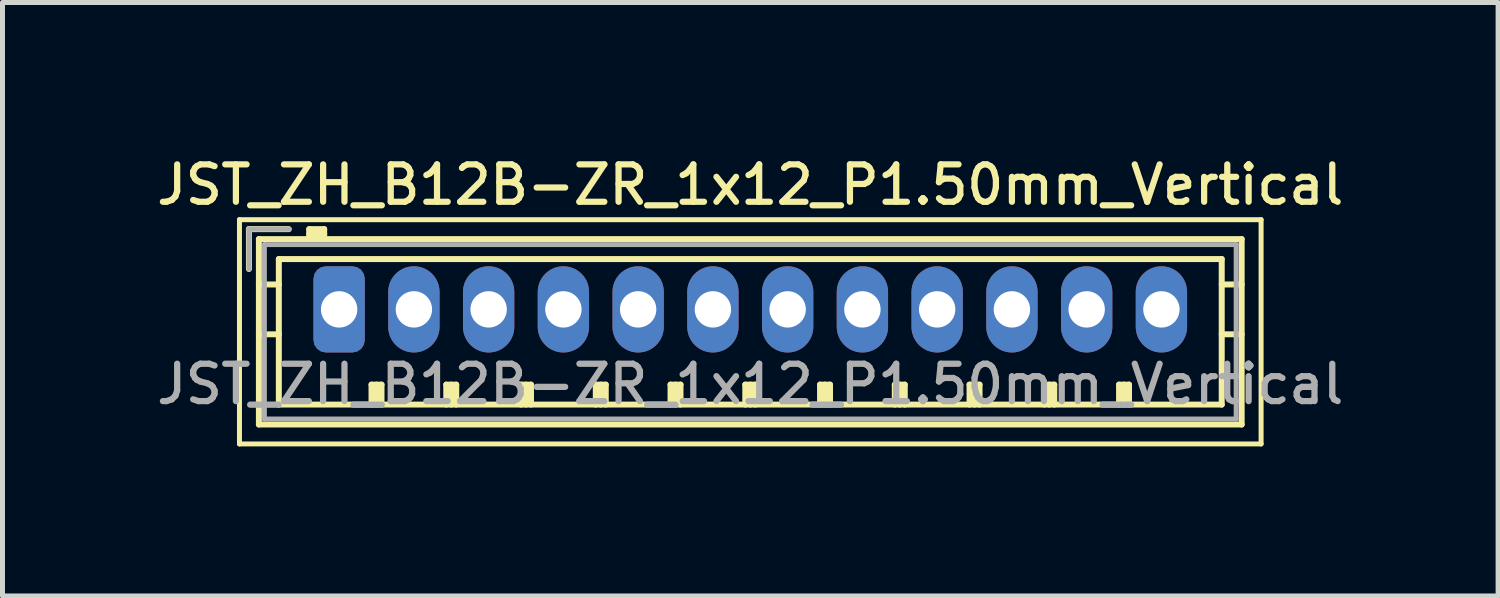
<source format=kicad_pcb>
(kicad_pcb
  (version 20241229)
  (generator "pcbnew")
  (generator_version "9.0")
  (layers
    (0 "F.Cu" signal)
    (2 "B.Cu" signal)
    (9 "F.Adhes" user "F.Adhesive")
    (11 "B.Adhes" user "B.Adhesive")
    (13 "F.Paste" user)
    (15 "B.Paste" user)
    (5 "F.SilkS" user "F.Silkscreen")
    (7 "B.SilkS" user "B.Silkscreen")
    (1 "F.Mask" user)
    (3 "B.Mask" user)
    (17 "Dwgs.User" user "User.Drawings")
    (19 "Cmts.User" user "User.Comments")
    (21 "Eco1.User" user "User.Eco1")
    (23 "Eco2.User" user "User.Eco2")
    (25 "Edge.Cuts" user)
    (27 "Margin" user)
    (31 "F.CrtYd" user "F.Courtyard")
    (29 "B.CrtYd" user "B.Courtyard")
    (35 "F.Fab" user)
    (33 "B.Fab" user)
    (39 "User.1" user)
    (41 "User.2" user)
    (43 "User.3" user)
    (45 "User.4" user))
  (footprint "JST_ZH_B12B-ZR_1x12_P1.50mm_Vertical"
    (layer "F.Cu")
    (at 3.755 3.158)
    (property "Reference" "JST_ZH_B12B-ZR_1x12_P1.50mm_Vertical" (at 8.25 -2.5 0) (layer "F.SilkS") (effects (font (size 0.75 0.75) (thickness 0.125))))
    (attr through_hole)
    (fp_line (start -2 -1.8) (end -2 2.7) (stroke (width 0.1) (type solid)) (layer "F.SilkS"))
    (fp_line (start -2 2.7) (end 18.5 2.7) (stroke (width 0.1) (type solid)) (layer "F.SilkS"))
    (fp_line (start -1.81 -1.61) (end -1.81 -0.81) (stroke (width 0.12) (type solid)) (layer "F.SilkS"))
    (fp_line (start -1.61 -1.41) (end -1.61 2.31) (stroke (width 0.12) (type solid)) (layer "F.SilkS"))
    (fp_line (start -1.61 -0.5) (end -1.21 -0.5) (stroke (width 0.12) (type solid)) (layer "F.SilkS"))
    (fp_line (start -1.61 0.5) (end -1.21 0.5) (stroke (width 0.12) (type solid)) (layer "F.SilkS"))
    (fp_line (start -1.61 2.31) (end 18.11 2.31) (stroke (width 0.12) (type solid)) (layer "F.SilkS"))
    (fp_line (start -1.21 -1.01) (end -1.21 1.91) (stroke (width 0.12) (type solid)) (layer "F.SilkS"))
    (fp_line (start -1.21 1.91) (end 17.71 1.91) (stroke (width 0.12) (type solid)) (layer "F.SilkS"))
    (fp_line (start -1.01 -1.61) (end -1.81 -1.61) (stroke (width 0.12) (type solid)) (layer "F.SilkS"))
    (fp_line (start -0.6 -1.61) (end -0.6 -1.41) (stroke (width 0.12) (type solid)) (layer "F.SilkS"))
    (fp_line (start -0.3 -1.61) (end -0.6 -1.61) (stroke (width 0.12) (type solid)) (layer "F.SilkS"))
    (fp_line (start -0.3 -1.51) (end -0.6 -1.51) (stroke (width 0.12) (type solid)) (layer "F.SilkS"))
    (fp_line (start -0.3 -1.41) (end -0.3 -1.61) (stroke (width 0.12) (type solid)) (layer "F.SilkS"))
    (fp_line (start 0.65 1.51) (end 0.85 1.51) (stroke (width 0.12) (type solid)) (layer "F.SilkS"))
    (fp_line (start 0.65 1.91) (end 0.65 1.51) (stroke (width 0.12) (type solid)) (layer "F.SilkS"))
    (fp_line (start 0.75 1.91) (end 0.75 1.51) (stroke (width 0.12) (type solid)) (layer "F.SilkS"))
    (fp_line (start 0.85 1.51) (end 0.85 1.91) (stroke (width 0.12) (type solid)) (layer "F.SilkS"))
    (fp_line (start 2.15 1.51) (end 2.35 1.51) (stroke (width 0.12) (type solid)) (layer "F.SilkS"))
    (fp_line (start 2.15 1.91) (end 2.15 1.51) (stroke (width 0.12) (type solid)) (layer "F.SilkS"))
    (fp_line (start 2.25 1.91) (end 2.25 1.51) (stroke (width 0.12) (type solid)) (layer "F.SilkS"))
    (fp_line (start 2.35 1.51) (end 2.35 1.91) (stroke (width 0.12) (type solid)) (layer "F.SilkS"))
    (fp_line (start 3.65 1.51) (end 3.85 1.51) (stroke (width 0.12) (type solid)) (layer "F.SilkS"))
    (fp_line (start 3.65 1.91) (end 3.65 1.51) (stroke (width 0.12) (type solid)) (layer "F.SilkS"))
    (fp_line (start 3.75 1.91) (end 3.75 1.51) (stroke (width 0.12) (type solid)) (layer "F.SilkS"))
    (fp_line (start 3.85 1.51) (end 3.85 1.91) (stroke (width 0.12) (type solid)) (layer "F.SilkS"))
    (fp_line (start 5.15 1.51) (end 5.35 1.51) (stroke (width 0.12) (type solid)) (layer "F.SilkS"))
    (fp_line (start 5.15 1.91) (end 5.15 1.51) (stroke (width 0.12) (type solid)) (layer "F.SilkS"))
    (fp_line (start 5.25 1.91) (end 5.25 1.51) (stroke (width 0.12) (type solid)) (layer "F.SilkS"))
    (fp_line (start 5.35 1.51) (end 5.35 1.91) (stroke (width 0.12) (type solid)) (layer "F.SilkS"))
    (fp_line (start 6.65 1.51) (end 6.85 1.51) (stroke (width 0.12) (type solid)) (layer "F.SilkS"))
    (fp_line (start 6.65 1.91) (end 6.65 1.51) (stroke (width 0.12) (type solid)) (layer "F.SilkS"))
    (fp_line (start 6.75 1.91) (end 6.75 1.51) (stroke (width 0.12) (type solid)) (layer "F.SilkS"))
    (fp_line (start 6.85 1.51) (end 6.85 1.91) (stroke (width 0.12) (type solid)) (layer "F.SilkS"))
    (fp_line (start 8.15 1.51) (end 8.35 1.51) (stroke (width 0.12) (type solid)) (layer "F.SilkS"))
    (fp_line (start 8.15 1.91) (end 8.15 1.51) (stroke (width 0.12) (type solid)) (layer "F.SilkS"))
    (fp_line (start 8.25 1.91) (end 8.25 1.51) (stroke (width 0.12) (type solid)) (layer "F.SilkS"))
    (fp_line (start 8.35 1.51) (end 8.35 1.91) (stroke (width 0.12) (type solid)) (layer "F.SilkS"))
    (fp_line (start 9.65 1.51) (end 9.85 1.51) (stroke (width 0.12) (type solid)) (layer "F.SilkS"))
    (fp_line (start 9.65 1.91) (end 9.65 1.51) (stroke (width 0.12) (type solid)) (layer "F.SilkS"))
    (fp_line (start 9.75 1.91) (end 9.75 1.51) (stroke (width 0.12) (type solid)) (layer "F.SilkS"))
    (fp_line (start 9.85 1.51) (end 9.85 1.91) (stroke (width 0.12) (type solid)) (layer "F.SilkS"))
    (fp_line (start 11.15 1.51) (end 11.35 1.51) (stroke (width 0.12) (type solid)) (layer "F.SilkS"))
    (fp_line (start 11.15 1.91) (end 11.15 1.51) (stroke (width 0.12) (type solid)) (layer "F.SilkS"))
    (fp_line (start 11.25 1.91) (end 11.25 1.51) (stroke (width 0.12) (type solid)) (layer "F.SilkS"))
    (fp_line (start 11.35 1.51) (end 11.35 1.91) (stroke (width 0.12) (type solid)) (layer "F.SilkS"))
    (fp_line (start 12.65 1.51) (end 12.85 1.51) (stroke (width 0.12) (type solid)) (layer "F.SilkS"))
    (fp_line (start 12.65 1.91) (end 12.65 1.51) (stroke (width 0.12) (type solid)) (layer "F.SilkS"))
    (fp_line (start 12.75 1.91) (end 12.75 1.51) (stroke (width 0.12) (type solid)) (layer "F.SilkS"))
    (fp_line (start 12.85 1.51) (end 12.85 1.91) (stroke (width 0.12) (type solid)) (layer "F.SilkS"))
    (fp_line (start 14.15 1.51) (end 14.35 1.51) (stroke (width 0.12) (type solid)) (layer "F.SilkS"))
    (fp_line (start 14.15 1.91) (end 14.15 1.51) (stroke (width 0.12) (type solid)) (layer "F.SilkS"))
    (fp_line (start 14.25 1.91) (end 14.25 1.51) (stroke (width 0.12) (type solid)) (layer "F.SilkS"))
    (fp_line (start 14.35 1.51) (end 14.35 1.91) (stroke (width 0.12) (type solid)) (layer "F.SilkS"))
    (fp_line (start 15.65 1.51) (end 15.85 1.51) (stroke (width 0.12) (type solid)) (layer "F.SilkS"))
    (fp_line (start 15.65 1.91) (end 15.65 1.51) (stroke (width 0.12) (type solid)) (layer "F.SilkS"))
    (fp_line (start 15.75 1.91) (end 15.75 1.51) (stroke (width 0.12) (type solid)) (layer "F.SilkS"))
    (fp_line (start 15.85 1.51) (end 15.85 1.91) (stroke (width 0.12) (type solid)) (layer "F.SilkS"))
    (fp_line (start 17.71 -1.01) (end -1.21 -1.01) (stroke (width 0.12) (type solid)) (layer "F.SilkS"))
    (fp_line (start 17.71 1.91) (end 17.71 -1.01) (stroke (width 0.12) (type solid)) (layer "F.SilkS"))
    (fp_line (start 18.11 -1.41) (end -1.61 -1.41) (stroke (width 0.12) (type solid)) (layer "F.SilkS"))
    (fp_line (start 18.11 -0.5) (end 17.71 -0.5) (stroke (width 0.12) (type solid)) (layer "F.SilkS"))
    (fp_line (start 18.11 0.5) (end 17.71 0.5) (stroke (width 0.12) (type solid)) (layer "F.SilkS"))
    (fp_line (start 18.11 2.31) (end 18.11 -1.41) (stroke (width 0.12) (type solid)) (layer "F.SilkS"))
    (fp_line (start 18.5 -1.8) (end -2 -1.8) (stroke (width 0.1) (type solid)) (layer "F.SilkS"))
    (fp_line (start 18.5 2.7) (end 18.5 -1.8) (stroke (width 0.1) (type solid)) (layer "F.SilkS"))
    (fp_line (start -1.81 -1.61) (end -1.81 -0.81) (stroke (width 0.1) (type solid)) (layer "F.Fab"))
    (fp_line (start -1.5 -1.3) (end -1.5 2.2) (stroke (width 0.1) (type solid)) (layer "F.Fab"))
    (fp_line (start -1.5 2.2) (end 18 2.2) (stroke (width 0.1) (type solid)) (layer "F.Fab"))
    (fp_line (start -1.01 -1.61) (end -1.81 -1.61) (stroke (width 0.1) (type solid)) (layer "F.Fab"))
    (fp_line (start 18 -1.3) (end -1.5 -1.3) (stroke (width 0.1) (type solid)) (layer "F.Fab"))
    (fp_line (start 18 2.2) (end 18 -1.3) (stroke (width 0.1) (type solid)) (layer "F.Fab"))
    (fp_text user "${REFERENCE}" (at 8.25 1.5 0) (layer "F.Fab") (effects (font (size 0.75 0.75) (thickness 0.125))))
    (pad "1" thru_hole roundrect (at 0 0) (size 1.03 1.73) (drill 0.73) (layers "*.Cu" "*.Mask") (roundrect_rratio 0.243))
    (pad "2" thru_hole oval (at 1.5 0) (size 1.03 1.73) (drill 0.73) (layers "*.Cu" "*.Mask"))
    (pad "3" thru_hole oval (at 3 0) (size 1.03 1.73) (drill 0.73) (layers "*.Cu" "*.Mask"))
    (pad "4" thru_hole oval (at 4.5 0) (size 1.03 1.73) (drill 0.73) (layers "*.Cu" "*.Mask"))
    (pad "5" thru_hole oval (at 6 0) (size 1.03 1.73) (drill 0.73) (layers "*.Cu" "*.Mask"))
    (pad "6" thru_hole oval (at 7.5 0) (size 1.03 1.73) (drill 0.73) (layers "*.Cu" "*.Mask"))
    (pad "7" thru_hole oval (at 9 0) (size 1.03 1.73) (drill 0.73) (layers "*.Cu" "*.Mask"))
    (pad "8" thru_hole oval (at 10.5 0) (size 1.03 1.73) (drill 0.73) (layers "*.Cu" "*.Mask"))
    (pad "9" thru_hole oval (at 12 0) (size 1.03 1.73) (drill 0.73) (layers "*.Cu" "*.Mask"))
    (pad "10" thru_hole oval (at 13.5 0) (size 1.03 1.73) (drill 0.73) (layers "*.Cu" "*.Mask"))
    (pad "11" thru_hole oval (at 15 0) (size 1.03 1.73) (drill 0.73) (layers "*.Cu" "*.Mask"))
    (pad "12" thru_hole oval (at 16.5 0) (size 1.03 1.73) (drill 0.73) (layers "*.Cu" "*.Mask")))
  (gr_rect
    (start -3 -3)
    (end 27.011 8.908)
    (stroke (width 0.1) (type default))
    (fill no)
    (layer "Edge.Cuts")))
</source>
